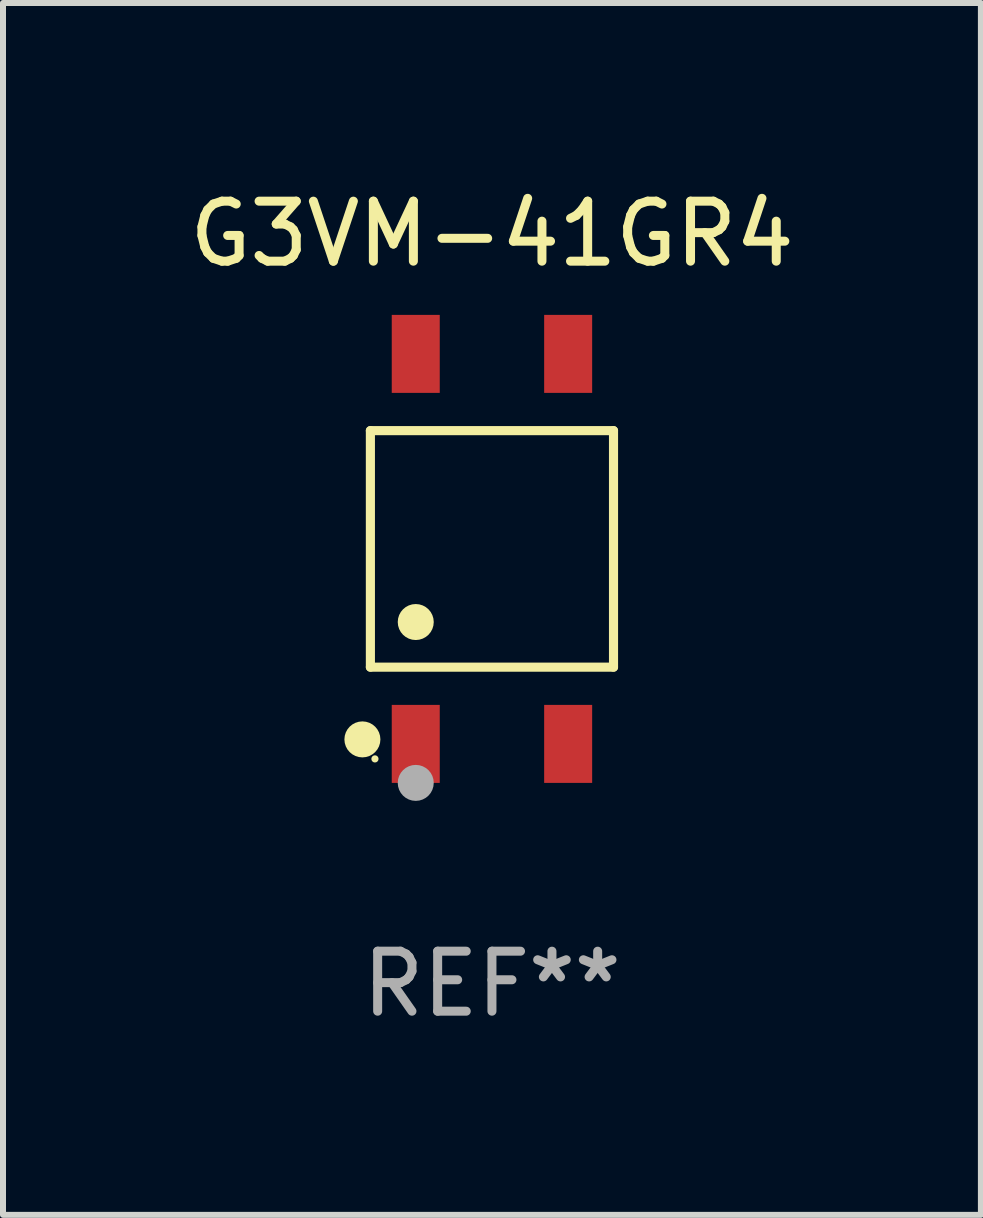
<source format=kicad_pcb>
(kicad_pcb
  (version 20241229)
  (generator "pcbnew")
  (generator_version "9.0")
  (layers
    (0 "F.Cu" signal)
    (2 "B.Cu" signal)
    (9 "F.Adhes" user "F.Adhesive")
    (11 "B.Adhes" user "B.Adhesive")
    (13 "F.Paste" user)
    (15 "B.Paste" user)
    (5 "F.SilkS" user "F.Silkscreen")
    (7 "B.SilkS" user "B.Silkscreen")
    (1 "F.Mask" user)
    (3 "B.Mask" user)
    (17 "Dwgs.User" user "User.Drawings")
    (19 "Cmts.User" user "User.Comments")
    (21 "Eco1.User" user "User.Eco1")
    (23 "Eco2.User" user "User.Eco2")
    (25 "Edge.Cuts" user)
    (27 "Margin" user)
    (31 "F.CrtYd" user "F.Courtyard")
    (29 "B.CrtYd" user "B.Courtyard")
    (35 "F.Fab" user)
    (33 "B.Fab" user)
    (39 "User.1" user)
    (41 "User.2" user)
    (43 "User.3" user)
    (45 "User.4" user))
  (footprint "G3VM-41GR4"
    (layer "F.Cu")
    (at 5.149 6.098)
    (property "Reference" "G3VM-41GR4" (at 0 -5.25 0) (layer "F.SilkS") (effects (font (size 1 1) (thickness 0.15))))
    (attr through_hole)
    (fp_line (start -2.026 -1.971) (end 2.026 -1.971) (stroke (width 0.152) (type solid)) (layer "F.SilkS"))
    (fp_line (start -2.026 1.971) (end -2.026 -1.971) (stroke (width 0.152) (type solid)) (layer "F.SilkS"))
    (fp_line (start 2.026 -1.971) (end 2.026 1.971) (stroke (width 0.152) (type solid)) (layer "F.SilkS"))
    (fp_line (start 2.026 1.971) (end -2.026 1.971) (stroke (width 0.152) (type solid)) (layer "F.SilkS"))
    (fp_circle (center -2.159 3.175) (end -2.009 3.175) (stroke (width 0.3) (type solid)) (fill no) (layer "F.SilkS"))
    (fp_circle (center -1.95 3.5) (end -1.92 3.5) (stroke (width 0.06) (type solid)) (fill no) (layer "F.SilkS"))
    (fp_circle (center -1.27 1.219) (end -1.12 1.219) (stroke (width 0.3) (type solid)) (fill no) (layer "F.SilkS"))
    (fp_circle (center -1.27 3.9) (end -1.12 3.9) (stroke (width 0.3) (type solid)) (fill no) (layer "F.Fab"))
    (fp_text user "REF**" (at 0 7.25 0) (layer "F.Fab") (effects (font (size 1 1) (thickness 0.15))))
    (pad "1" smd rect (at -1.27 3.25) (size 0.8 1.3) (layers "F.Cu" "F.Mask" "F.Paste"))
    (pad "2" smd rect (at 1.27 3.25) (size 0.8 1.3) (layers "F.Cu" "F.Mask" "F.Paste"))
    (pad "3" smd rect (at 1.27 -3.25) (size 0.8 1.3) (layers "F.Cu" "F.Mask" "F.Paste"))
    (pad "4" smd rect (at -1.27 -3.25) (size 0.8 1.3) (layers "F.Cu" "F.Mask" "F.Paste")))
  (gr_rect
    (start -3 -3)
    (end 13.298 17.197)
    (stroke (width 0.1) (type default))
    (fill no)
    (layer "Edge.Cuts")))
</source>
